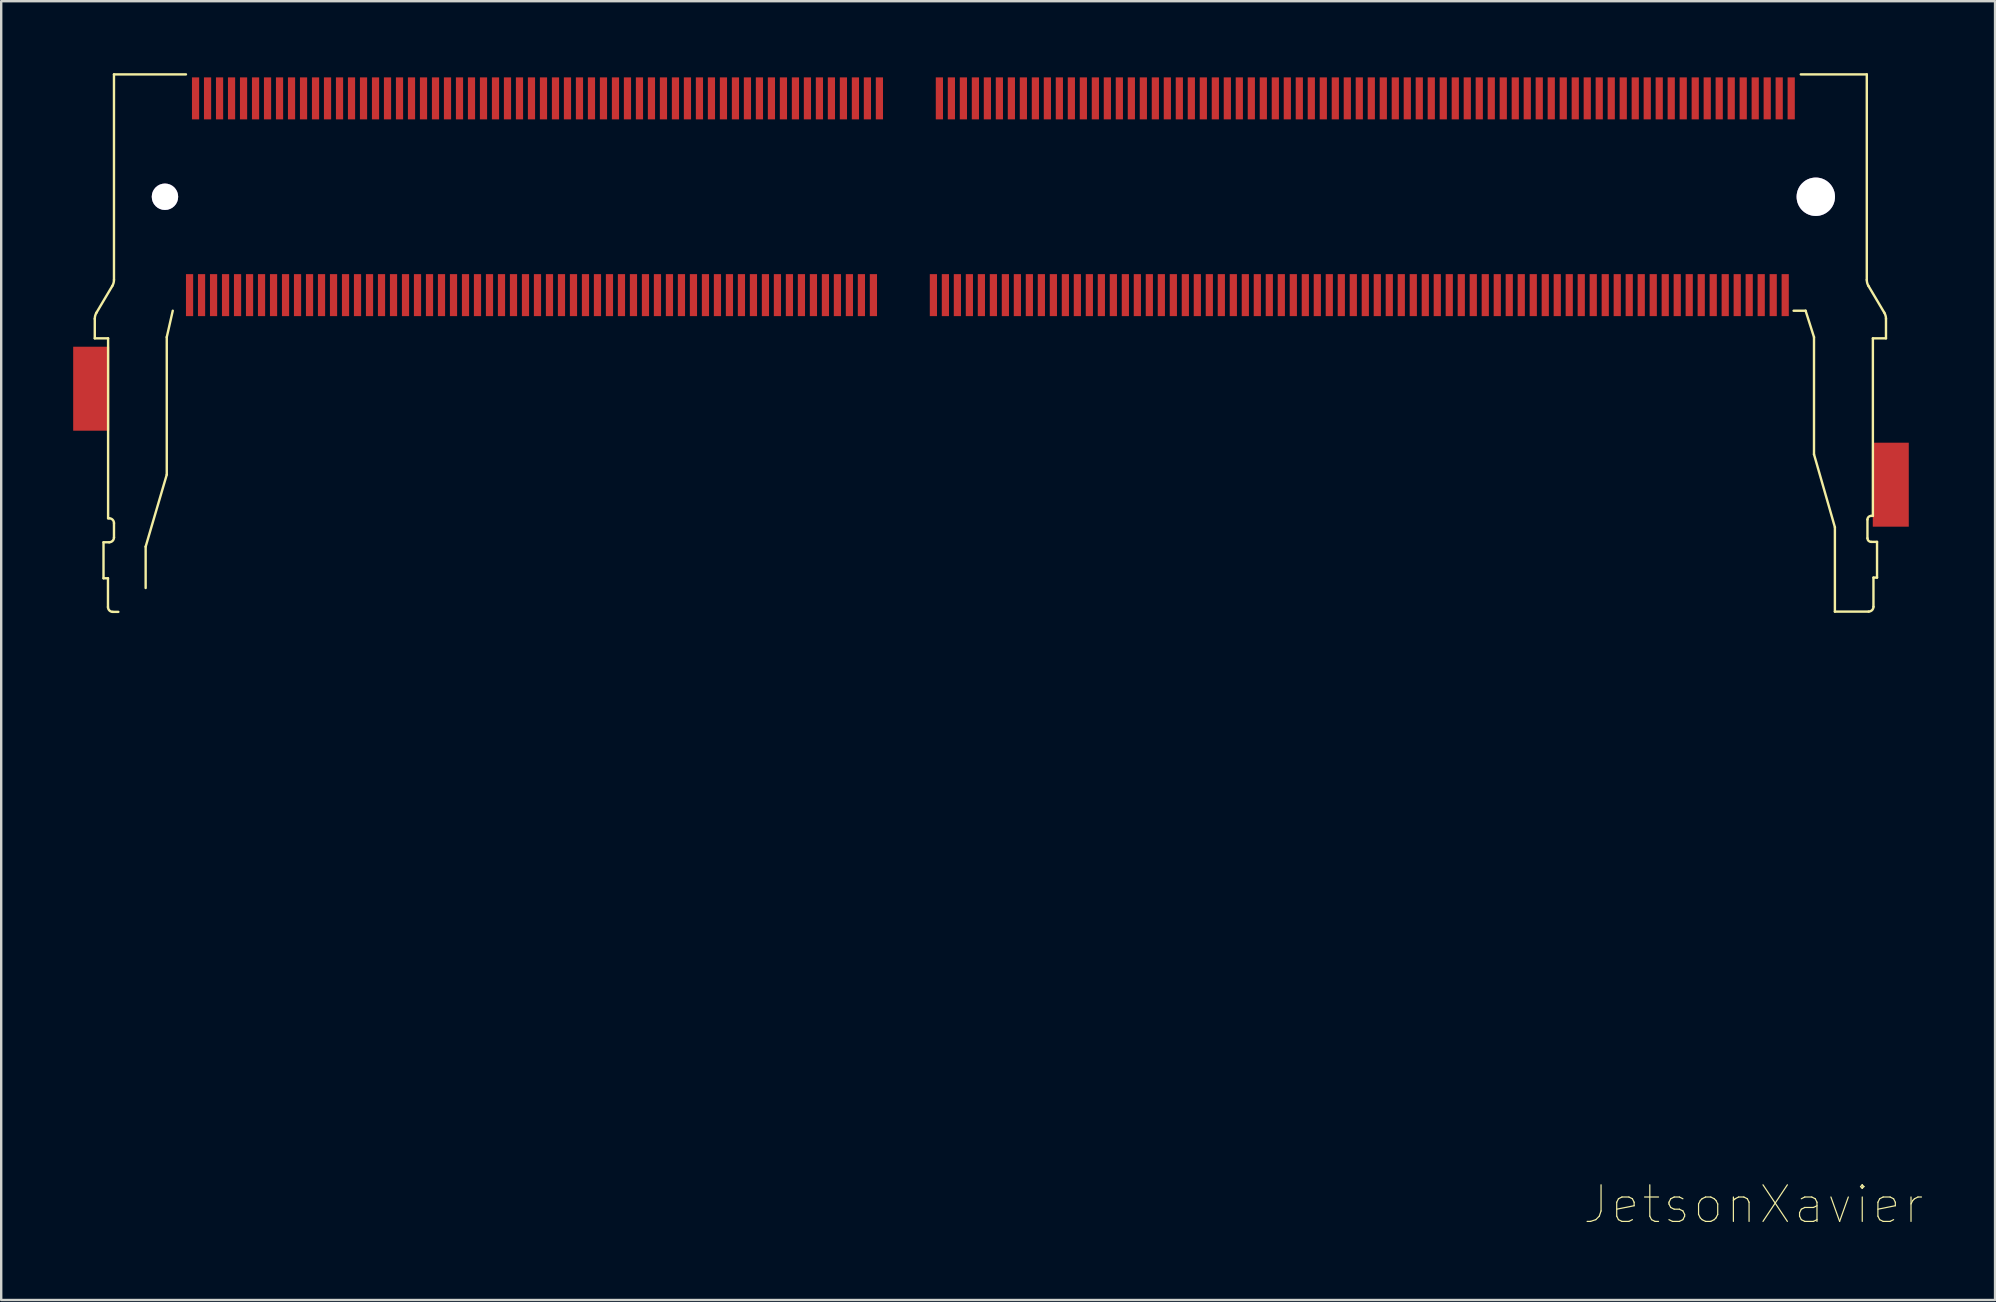
<source format=kicad_pcb>
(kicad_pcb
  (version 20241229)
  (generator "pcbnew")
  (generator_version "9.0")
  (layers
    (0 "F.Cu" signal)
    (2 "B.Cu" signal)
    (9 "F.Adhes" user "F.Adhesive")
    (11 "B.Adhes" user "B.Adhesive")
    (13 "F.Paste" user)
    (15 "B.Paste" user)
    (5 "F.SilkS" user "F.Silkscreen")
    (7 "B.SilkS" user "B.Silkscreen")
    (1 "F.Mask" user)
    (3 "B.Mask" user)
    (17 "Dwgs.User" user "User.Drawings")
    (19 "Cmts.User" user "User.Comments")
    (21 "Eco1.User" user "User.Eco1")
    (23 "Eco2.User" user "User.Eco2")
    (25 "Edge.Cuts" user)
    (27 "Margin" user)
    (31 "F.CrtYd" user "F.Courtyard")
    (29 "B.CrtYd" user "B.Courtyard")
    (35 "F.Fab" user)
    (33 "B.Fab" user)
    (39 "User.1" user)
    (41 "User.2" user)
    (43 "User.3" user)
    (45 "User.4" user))
  (footprint "JetsonXavier"
    (layer "F.Cu")
    (at 70.025 47.15)
    (property "Reference" "JetsonXavier" (at 0 0 0) (layer "F.SilkS") (effects (font (size 1.524 1.524) (thickness 0.05))))
    (attr smd)
    (fp_line (start -69.125 -36.1) (end -69.125 -36.913) (stroke (width 0.1) (type solid)) (layer "F.SilkS"))
    (fp_line (start -69.125 -36.1) (end -68.57 -36.1) (stroke (width 0.1) (type solid)) (layer "F.SilkS"))
    (fp_line (start -69.055 -37.168) (end -68.395 -38.282) (stroke (width 0.1) (type solid)) (layer "F.SilkS"))
    (fp_line (start -68.761 -27.6) (end -68.525 -27.6) (stroke (width 0.1) (type solid)) (layer "F.SilkS"))
    (fp_line (start -68.761 -26.1) (end -68.761 -27.6) (stroke (width 0.1) (type solid)) (layer "F.SilkS"))
    (fp_line (start -68.761 -26.1) (end -68.575 -26.1) (stroke (width 0.1) (type solid)) (layer "F.SilkS"))
    (fp_line (start -68.575 -24.9) (end -68.575 -26.1) (stroke (width 0.1) (type solid)) (layer "F.SilkS"))
    (fp_line (start -68.57 -28.6) (end -68.57 -36.1) (stroke (width 0.1) (type solid)) (layer "F.SilkS"))
    (fp_line (start -68.57 -28.6) (end -68.525 -28.6) (stroke (width 0.1) (type solid)) (layer "F.SilkS"))
    (fp_line (start -68.375 -24.7) (end -68.143 -24.7) (stroke (width 0.1) (type solid)) (layer "F.SilkS"))
    (fp_line (start -68.325 -47.1) (end -65.325 -47.1) (stroke (width 0.1) (type solid)) (layer "F.SilkS"))
    (fp_line (start -68.325 -38.537) (end -68.325 -47.1) (stroke (width 0.1) (type solid)) (layer "F.SilkS"))
    (fp_line (start -68.325 -27.8) (end -68.325 -28.4) (stroke (width 0.1) (type solid)) (layer "F.SilkS"))
    (fp_line (start -67.005 -27.418) (end -66.125 -30.418) (stroke (width 0.1) (type solid)) (layer "F.SilkS"))
    (fp_line (start -67.005 -25.695) (end -67.005 -27.418) (stroke (width 0.1) (type solid)) (layer "F.SilkS"))
    (fp_line (start -66.125 -36.15) (end -65.875 -37.25) (stroke (width 0.1) (type solid)) (layer "F.SilkS"))
    (fp_line (start -66.125 -30.418) (end -66.125 -36.15) (stroke (width 0.1) (type solid)) (layer "F.SilkS"))
    (fp_line (start 1.675 -37.25) (end 2.175 -37.25) (stroke (width 0.1) (type solid)) (layer "F.SilkS"))
    (fp_line (start 1.975 -47.1) (end 4.725 -47.1) (stroke (width 0.1) (type solid)) (layer "F.SilkS"))
    (fp_line (start 2.175 -37.25) (end 2.525 -36.15) (stroke (width 0.1) (type solid)) (layer "F.SilkS"))
    (fp_line (start 2.525 -31.266) (end 2.525 -36.15) (stroke (width 0.1) (type solid)) (layer "F.SilkS"))
    (fp_line (start 2.525 -31.266) (end 3.396 -28.228) (stroke (width 0.1) (type solid)) (layer "F.SilkS"))
    (fp_line (start 3.396 -24.71) (end 3.396 -28.228) (stroke (width 0.1) (type solid)) (layer "F.SilkS"))
    (fp_line (start 3.396 -24.71) (end 4.803 -24.71) (stroke (width 0.1) (type solid)) (layer "F.SilkS"))
    (fp_line (start 4.725 -38.537) (end 4.725 -47.1) (stroke (width 0.1) (type solid)) (layer "F.SilkS"))
    (fp_line (start 4.753 -27.767) (end 4.753 -28.55) (stroke (width 0.1) (type solid)) (layer "F.SilkS"))
    (fp_line (start 4.795 -38.282) (end 5.455 -37.168) (stroke (width 0.1) (type solid)) (layer "F.SilkS"))
    (fp_line (start 4.903 -28.7) (end 4.979 -28.7) (stroke (width 0.1) (type solid)) (layer "F.SilkS"))
    (fp_line (start 4.903 -27.617) (end 5.152 -27.617) (stroke (width 0.1) (type solid)) (layer "F.SilkS"))
    (fp_line (start 4.979 -36.1) (end 5.525 -36.1) (stroke (width 0.1) (type solid)) (layer "F.SilkS"))
    (fp_line (start 4.979 -28.7) (end 4.979 -36.1) (stroke (width 0.1) (type solid)) (layer "F.SilkS"))
    (fp_line (start 5.003 -26.128) (end 5.152 -26.128) (stroke (width 0.1) (type solid)) (layer "F.SilkS"))
    (fp_line (start 5.003 -24.913) (end 5.003 -26.128) (stroke (width 0.1) (type solid)) (layer "F.SilkS"))
    (fp_line (start 5.152 -26.128) (end 5.152 -27.617) (stroke (width 0.1) (type solid)) (layer "F.SilkS"))
    (fp_line (start 5.525 -36.1) (end 5.525 -36.913) (stroke (width 0.1) (type solid)) (layer "F.SilkS"))
    (fp_arc (start -69.125013 -36.912967) (mid -69.107234 -37.045118) (end -69.05516 -37.16787) (stroke (width 0.1) (type solid)) (layer "F.SilkS"))
    (fp_arc (start -68.52501 -28.59999) (mid -68.383589 -28.541411) (end -68.32501 -28.39999) (stroke (width 0.1) (type solid)) (layer "F.SilkS"))
    (fp_arc (start -68.375001 -24.69999) (mid -68.516422 -24.758569) (end -68.575 -24.89999) (stroke (width 0.1) (type solid)) (layer "F.SilkS"))
    (fp_arc (start -68.32501 -27.799989) (mid -68.383589 -27.658568) (end -68.52501 -27.59999) (stroke (width 0.1) (type solid)) (layer "F.SilkS"))
    (fp_arc (start -68.325007 -38.537023) (mid -68.342786 -38.404872) (end -68.39486 -38.28212) (stroke (width 0.1) (type solid)) (layer "F.SilkS"))
    (fp_arc (start 4.75312 -28.54999) (mid 4.797052 -28.656055) (end 4.90312 -28.69999) (stroke (width 0.1) (type solid)) (layer "F.SilkS"))
    (fp_arc (start 4.794884 -38.282119) (mid 4.742811 -38.40487) (end 4.72503 -38.53702) (stroke (width 0.1) (type solid)) (layer "F.SilkS"))
    (fp_arc (start 4.90312 -27.61665) (mid 4.797023 -27.660574) (end 4.75312 -27.76665) (stroke (width 0.1) (type solid)) (layer "F.SilkS"))
    (fp_arc (start 5.00312 -24.9129) (mid 4.944543 -24.771472) (end 4.80312 -24.7129) (stroke (width 0.1) (type solid)) (layer "F.SilkS"))
    (fp_arc (start 5.455176 -37.167871) (mid 5.50724 -37.045118) (end 5.52503 -36.91297) (stroke (width 0.1) (type solid)) (layer "F.SilkS"))
    (pad "" thru_hole circle (at -66.2 -42 180) (size 1.1 1.1) (drill 1.1) (layers "*.Cu" "*.Mask"))
    (pad "" thru_hole circle (at 2.6 -42 180) (size 1.6 1.6) (drill 1.6) (layers "*.Cu" "*.Mask"))
    (pad "1" smd rect (at 1.575 -46.1 180) (size 0.3 1.75) (layers "F.Cu" "F.Mask" "F.Paste"))
    (pad "2" smd rect (at 1.325 -37.9 180) (size 0.3 1.75) (layers "F.Cu" "F.Mask" "F.Paste"))
    (pad "3" smd rect (at 1.075 -46.1 180) (size 0.3 1.75) (layers "F.Cu" "F.Mask" "F.Paste"))
    (pad "4" smd rect (at 0.825 -37.9 180) (size 0.3 1.75) (layers "F.Cu" "F.Mask" "F.Paste"))
    (pad "5" smd rect (at 0.575 -46.1 180) (size 0.3 1.75) (layers "F.Cu" "F.Mask" "F.Paste"))
    (pad "6" smd rect (at 0.325 -37.9 180) (size 0.3 1.75) (layers "F.Cu" "F.Mask" "F.Paste"))
    (pad "7" smd rect (at 0.075 -46.1 180) (size 0.3 1.75) (layers "F.Cu" "F.Mask" "F.Paste"))
    (pad "8" smd rect (at -0.175 -37.9 180) (size 0.3 1.75) (layers "F.Cu" "F.Mask" "F.Paste"))
    (pad "9" smd rect (at -0.425 -46.1 180) (size 0.3 1.75) (layers "F.Cu" "F.Mask" "F.Paste"))
    (pad "10" smd rect (at -0.675 -37.9 180) (size 0.3 1.75) (layers "F.Cu" "F.Mask" "F.Paste"))
    (pad "11" smd rect (at -0.925 -46.1 180) (size 0.3 1.75) (layers "F.Cu" "F.Mask" "F.Paste"))
    (pad "12" smd rect (at -1.175 -37.9 180) (size 0.3 1.75) (layers "F.Cu" "F.Mask" "F.Paste"))
    (pad "13" smd rect (at -1.425 -46.1 180) (size 0.3 1.75) (layers "F.Cu" "F.Mask" "F.Paste"))
    (pad "14" smd rect (at -1.675 -37.9 180) (size 0.3 1.75) (layers "F.Cu" "F.Mask" "F.Paste"))
    (pad "15" smd rect (at -1.925 -46.1 180) (size 0.3 1.75) (layers "F.Cu" "F.Mask" "F.Paste"))
    (pad "16" smd rect (at -2.175 -37.9 180) (size 0.3 1.75) (layers "F.Cu" "F.Mask" "F.Paste"))
    (pad "17" smd rect (at -2.425 -46.1 180) (size 0.3 1.75) (layers "F.Cu" "F.Mask" "F.Paste"))
    (pad "18" smd rect (at -2.675 -37.9 180) (size 0.3 1.75) (layers "F.Cu" "F.Mask" "F.Paste"))
    (pad "19" smd rect (at -2.925 -46.1 180) (size 0.3 1.75) (layers "F.Cu" "F.Mask" "F.Paste"))
    (pad "20" smd rect (at -3.175 -37.9 180) (size 0.3 1.75) (layers "F.Cu" "F.Mask" "F.Paste"))
    (pad "21" smd rect (at -3.425 -46.1 180) (size 0.3 1.75) (layers "F.Cu" "F.Mask" "F.Paste"))
    (pad "22" smd rect (at -3.675 -37.9 180) (size 0.3 1.75) (layers "F.Cu" "F.Mask" "F.Paste"))
    (pad "23" smd rect (at -3.925 -46.1 180) (size 0.3 1.75) (layers "F.Cu" "F.Mask" "F.Paste"))
    (pad "24" smd rect (at -4.175 -37.9 180) (size 0.3 1.75) (layers "F.Cu" "F.Mask" "F.Paste"))
    (pad "25" smd rect (at -4.425 -46.1 180) (size 0.3 1.75) (layers "F.Cu" "F.Mask" "F.Paste"))
    (pad "26" smd rect (at -4.675 -37.9 180) (size 0.3 1.75) (layers "F.Cu" "F.Mask" "F.Paste"))
    (pad "27" smd rect (at -4.925 -46.1 180) (size 0.3 1.75) (layers "F.Cu" "F.Mask" "F.Paste"))
    (pad "28" smd rect (at -5.175 -37.9 180) (size 0.3 1.75) (layers "F.Cu" "F.Mask" "F.Paste"))
    (pad "29" smd rect (at -5.425 -46.1 180) (size 0.3 1.75) (layers "F.Cu" "F.Mask" "F.Paste"))
    (pad "30" smd rect (at -5.675 -37.9 180) (size 0.3 1.75) (layers "F.Cu" "F.Mask" "F.Paste"))
    (pad "31" smd rect (at -5.925 -46.1 180) (size 0.3 1.75) (layers "F.Cu" "F.Mask" "F.Paste"))
    (pad "32" smd rect (at -6.175 -37.9 180) (size 0.3 1.75) (layers "F.Cu" "F.Mask" "F.Paste"))
    (pad "33" smd rect (at -6.425 -46.1 180) (size 0.3 1.75) (layers "F.Cu" "F.Mask" "F.Paste"))
    (pad "34" smd rect (at -6.675 -37.9 180) (size 0.3 1.75) (layers "F.Cu" "F.Mask" "F.Paste"))
    (pad "35" smd rect (at -6.925 -46.1 180) (size 0.3 1.75) (layers "F.Cu" "F.Mask" "F.Paste"))
    (pad "36" smd rect (at -7.175 -37.9 180) (size 0.3 1.75) (layers "F.Cu" "F.Mask" "F.Paste"))
    (pad "37" smd rect (at -7.425 -46.1 180) (size 0.3 1.75) (layers "F.Cu" "F.Mask" "F.Paste"))
    (pad "38" smd rect (at -7.675 -37.9 180) (size 0.3 1.75) (layers "F.Cu" "F.Mask" "F.Paste"))
    (pad "39" smd rect (at -7.925 -46.1 180) (size 0.3 1.75) (layers "F.Cu" "F.Mask" "F.Paste"))
    (pad "40" smd rect (at -8.175 -37.9 180) (size 0.3 1.75) (layers "F.Cu" "F.Mask" "F.Paste"))
    (pad "41" smd rect (at -8.425 -46.1 180) (size 0.3 1.75) (layers "F.Cu" "F.Mask" "F.Paste"))
    (pad "42" smd rect (at -8.675 -37.9 180) (size 0.3 1.75) (layers "F.Cu" "F.Mask" "F.Paste"))
    (pad "43" smd rect (at -8.925 -46.1 180) (size 0.3 1.75) (layers "F.Cu" "F.Mask" "F.Paste"))
    (pad "44" smd rect (at -9.175 -37.9 180) (size 0.3 1.75) (layers "F.Cu" "F.Mask" "F.Paste"))
    (pad "45" smd rect (at -9.425 -46.1 180) (size 0.3 1.75) (layers "F.Cu" "F.Mask" "F.Paste"))
    (pad "46" smd rect (at -9.675 -37.9 180) (size 0.3 1.75) (layers "F.Cu" "F.Mask" "F.Paste"))
    (pad "47" smd rect (at -9.925 -46.1 180) (size 0.3 1.75) (layers "F.Cu" "F.Mask" "F.Paste"))
    (pad "48" smd rect (at -10.175 -37.9 180) (size 0.3 1.75) (layers "F.Cu" "F.Mask" "F.Paste"))
    (pad "49" smd rect (at -10.425 -46.1 180) (size 0.3 1.75) (layers "F.Cu" "F.Mask" "F.Paste"))
    (pad "50" smd rect (at -10.675 -37.9 180) (size 0.3 1.75) (layers "F.Cu" "F.Mask" "F.Paste"))
    (pad "51" smd rect (at -10.925 -46.1 180) (size 0.3 1.75) (layers "F.Cu" "F.Mask" "F.Paste"))
    (pad "52" smd rect (at -11.175 -37.9 180) (size 0.3 1.75) (layers "F.Cu" "F.Mask" "F.Paste"))
    (pad "53" smd rect (at -11.425 -46.1 180) (size 0.3 1.75) (layers "F.Cu" "F.Mask" "F.Paste"))
    (pad "54" smd rect (at -11.675 -37.9 180) (size 0.3 1.75) (layers "F.Cu" "F.Mask" "F.Paste"))
    (pad "55" smd rect (at -11.925 -46.1 180) (size 0.3 1.75) (layers "F.Cu" "F.Mask" "F.Paste"))
    (pad "56" smd rect (at -12.175 -37.9 180) (size 0.3 1.75) (layers "F.Cu" "F.Mask" "F.Paste"))
    (pad "57" smd rect (at -12.425 -46.1 180) (size 0.3 1.75) (layers "F.Cu" "F.Mask" "F.Paste"))
    (pad "58" smd rect (at -12.675 -37.9 180) (size 0.3 1.75) (layers "F.Cu" "F.Mask" "F.Paste"))
    (pad "59" smd rect (at -12.925 -46.1 180) (size 0.3 1.75) (layers "F.Cu" "F.Mask" "F.Paste"))
    (pad "60" smd rect (at -13.175 -37.9 180) (size 0.3 1.75) (layers "F.Cu" "F.Mask" "F.Paste"))
    (pad "61" smd rect (at -13.425 -46.1 180) (size 0.3 1.75) (layers "F.Cu" "F.Mask" "F.Paste"))
    (pad "62" smd rect (at -13.675 -37.9 180) (size 0.3 1.75) (layers "F.Cu" "F.Mask" "F.Paste"))
    (pad "63" smd rect (at -13.925 -46.1 180) (size 0.3 1.75) (layers "F.Cu" "F.Mask" "F.Paste"))
    (pad "64" smd rect (at -14.175 -37.9 180) (size 0.3 1.75) (layers "F.Cu" "F.Mask" "F.Paste"))
    (pad "65" smd rect (at -14.425 -46.1 180) (size 0.3 1.75) (layers "F.Cu" "F.Mask" "F.Paste"))
    (pad "66" smd rect (at -14.675 -37.9 180) (size 0.3 1.75) (layers "F.Cu" "F.Mask" "F.Paste"))
    (pad "67" smd rect (at -14.925 -46.1 180) (size 0.3 1.75) (layers "F.Cu" "F.Mask" "F.Paste"))
    (pad "68" smd rect (at -15.175 -37.9 180) (size 0.3 1.75) (layers "F.Cu" "F.Mask" "F.Paste"))
    (pad "69" smd rect (at -15.425 -46.1 180) (size 0.3 1.75) (layers "F.Cu" "F.Mask" "F.Paste"))
    (pad "70" smd rect (at -15.675 -37.9 180) (size 0.3 1.75) (layers "F.Cu" "F.Mask" "F.Paste"))
    (pad "71" smd rect (at -15.925 -46.1 180) (size 0.3 1.75) (layers "F.Cu" "F.Mask" "F.Paste"))
    (pad "72" smd rect (at -16.175 -37.9 180) (size 0.3 1.75) (layers "F.Cu" "F.Mask" "F.Paste"))
    (pad "73" smd rect (at -16.425 -46.1 180) (size 0.3 1.75) (layers "F.Cu" "F.Mask" "F.Paste"))
    (pad "74" smd rect (at -16.675 -37.9 180) (size 0.3 1.75) (layers "F.Cu" "F.Mask" "F.Paste"))
    (pad "75" smd rect (at -16.925 -46.1 180) (size 0.3 1.75) (layers "F.Cu" "F.Mask" "F.Paste"))
    (pad "76" smd rect (at -17.175 -37.9 180) (size 0.3 1.75) (layers "F.Cu" "F.Mask" "F.Paste"))
    (pad "77" smd rect (at -17.425 -46.1 180) (size 0.3 1.75) (layers "F.Cu" "F.Mask" "F.Paste"))
    (pad "78" smd rect (at -17.675 -37.9 180) (size 0.3 1.75) (layers "F.Cu" "F.Mask" "F.Paste"))
    (pad "79" smd rect (at -17.925 -46.1 180) (size 0.3 1.75) (layers "F.Cu" "F.Mask" "F.Paste"))
    (pad "80" smd rect (at -18.175 -37.9 180) (size 0.3 1.75) (layers "F.Cu" "F.Mask" "F.Paste"))
    (pad "81" smd rect (at -18.425 -46.1 180) (size 0.3 1.75) (layers "F.Cu" "F.Mask" "F.Paste"))
    (pad "82" smd rect (at -18.675 -37.9 180) (size 0.3 1.75) (layers "F.Cu" "F.Mask" "F.Paste"))
    (pad "83" smd rect (at -18.925 -46.1 180) (size 0.3 1.75) (layers "F.Cu" "F.Mask" "F.Paste"))
    (pad "84" smd rect (at -19.175 -37.9 180) (size 0.3 1.75) (layers "F.Cu" "F.Mask" "F.Paste"))
    (pad "85" smd rect (at -19.425 -46.1 180) (size 0.3 1.75) (layers "F.Cu" "F.Mask" "F.Paste"))
    (pad "86" smd rect (at -19.675 -37.9 180) (size 0.3 1.75) (layers "F.Cu" "F.Mask" "F.Paste"))
    (pad "87" smd rect (at -19.925 -46.1 180) (size 0.3 1.75) (layers "F.Cu" "F.Mask" "F.Paste"))
    (pad "88" smd rect (at -20.175 -37.9 180) (size 0.3 1.75) (layers "F.Cu" "F.Mask" "F.Paste"))
    (pad "89" smd rect (at -20.425 -46.1 180) (size 0.3 1.75) (layers "F.Cu" "F.Mask" "F.Paste"))
    (pad "90" smd rect (at -20.675 -37.9 180) (size 0.3 1.75) (layers "F.Cu" "F.Mask" "F.Paste"))
    (pad "91" smd rect (at -20.925 -46.1 180) (size 0.3 1.75) (layers "F.Cu" "F.Mask" "F.Paste"))
    (pad "92" smd rect (at -21.175 -37.9 180) (size 0.3 1.75) (layers "F.Cu" "F.Mask" "F.Paste"))
    (pad "93" smd rect (at -21.425 -46.1 180) (size 0.3 1.75) (layers "F.Cu" "F.Mask" "F.Paste"))
    (pad "94" smd rect (at -21.675 -37.9 180) (size 0.3 1.75) (layers "F.Cu" "F.Mask" "F.Paste"))
    (pad "95" smd rect (at -21.925 -46.1 180) (size 0.3 1.75) (layers "F.Cu" "F.Mask" "F.Paste"))
    (pad "96" smd rect (at -22.175 -37.9 180) (size 0.3 1.75) (layers "F.Cu" "F.Mask" "F.Paste"))
    (pad "97" smd rect (at -22.425 -46.1 180) (size 0.3 1.75) (layers "F.Cu" "F.Mask" "F.Paste"))
    (pad "98" smd rect (at -22.675 -37.9 180) (size 0.3 1.75) (layers "F.Cu" "F.Mask" "F.Paste"))
    (pad "99" smd rect (at -22.925 -46.1 180) (size 0.3 1.75) (layers "F.Cu" "F.Mask" "F.Paste"))
    (pad "100" smd rect (at -23.175 -37.9 180) (size 0.3 1.75) (layers "F.Cu" "F.Mask" "F.Paste"))
    (pad "101" smd rect (at -23.425 -46.1 180) (size 0.3 1.75) (layers "F.Cu" "F.Mask" "F.Paste"))
    (pad "102" smd rect (at -23.675 -37.9 180) (size 0.3 1.75) (layers "F.Cu" "F.Mask" "F.Paste"))
    (pad "103" smd rect (at -23.925 -46.1 180) (size 0.3 1.75) (layers "F.Cu" "F.Mask" "F.Paste"))
    (pad "104" smd rect (at -24.175 -37.9 180) (size 0.3 1.75) (layers "F.Cu" "F.Mask" "F.Paste"))
    (pad "105" smd rect (at -24.425 -46.1 180) (size 0.3 1.75) (layers "F.Cu" "F.Mask" "F.Paste"))
    (pad "106" smd rect (at -24.675 -37.9 180) (size 0.3 1.75) (layers "F.Cu" "F.Mask" "F.Paste"))
    (pad "107" smd rect (at -24.925 -46.1 180) (size 0.3 1.75) (layers "F.Cu" "F.Mask" "F.Paste"))
    (pad "108" smd rect (at -25.175 -37.9 180) (size 0.3 1.75) (layers "F.Cu" "F.Mask" "F.Paste"))
    (pad "109" smd rect (at -25.425 -46.1 180) (size 0.3 1.75) (layers "F.Cu" "F.Mask" "F.Paste"))
    (pad "110" smd rect (at -25.675 -37.9 180) (size 0.3 1.75) (layers "F.Cu" "F.Mask" "F.Paste"))
    (pad "111" smd rect (at -25.925 -46.1 180) (size 0.3 1.75) (layers "F.Cu" "F.Mask" "F.Paste"))
    (pad "112" smd rect (at -26.175 -37.9 180) (size 0.3 1.75) (layers "F.Cu" "F.Mask" "F.Paste"))
    (pad "113" smd rect (at -26.425 -46.1 180) (size 0.3 1.75) (layers "F.Cu" "F.Mask" "F.Paste"))
    (pad "114" smd rect (at -26.675 -37.9 180) (size 0.3 1.75) (layers "F.Cu" "F.Mask" "F.Paste"))
    (pad "115" smd rect (at -26.925 -46.1 180) (size 0.3 1.75) (layers "F.Cu" "F.Mask" "F.Paste"))
    (pad "116" smd rect (at -27.175 -37.9 180) (size 0.3 1.75) (layers "F.Cu" "F.Mask" "F.Paste"))
    (pad "117" smd rect (at -27.425 -46.1 180) (size 0.3 1.75) (layers "F.Cu" "F.Mask" "F.Paste"))
    (pad "118" smd rect (at -27.675 -37.9 180) (size 0.3 1.75) (layers "F.Cu" "F.Mask" "F.Paste"))
    (pad "119" smd rect (at -27.925 -46.1 180) (size 0.3 1.75) (layers "F.Cu" "F.Mask" "F.Paste"))
    (pad "120" smd rect (at -28.175 -37.9 180) (size 0.3 1.75) (layers "F.Cu" "F.Mask" "F.Paste"))
    (pad "121" smd rect (at -28.425 -46.1 180) (size 0.3 1.75) (layers "F.Cu" "F.Mask" "F.Paste"))
    (pad "122" smd rect (at -28.675 -37.9 180) (size 0.3 1.75) (layers "F.Cu" "F.Mask" "F.Paste"))
    (pad "123" smd rect (at -28.925 -46.1 180) (size 0.3 1.75) (layers "F.Cu" "F.Mask" "F.Paste"))
    (pad "124" smd rect (at -29.175 -37.9 180) (size 0.3 1.75) (layers "F.Cu" "F.Mask" "F.Paste"))
    (pad "125" smd rect (at -29.425 -46.1 180) (size 0.3 1.75) (layers "F.Cu" "F.Mask" "F.Paste"))
    (pad "126" smd rect (at -29.675 -37.9 180) (size 0.3 1.75) (layers "F.Cu" "F.Mask" "F.Paste"))
    (pad "127" smd rect (at -29.925 -46.1 180) (size 0.3 1.75) (layers "F.Cu" "F.Mask" "F.Paste"))
    (pad "128" smd rect (at -30.175 -37.9 180) (size 0.3 1.75) (layers "F.Cu" "F.Mask" "F.Paste"))
    (pad "129" smd rect (at -30.425 -46.1 180) (size 0.3 1.75) (layers "F.Cu" "F.Mask" "F.Paste"))
    (pad "130" smd rect (at -30.675 -37.9 180) (size 0.3 1.75) (layers "F.Cu" "F.Mask" "F.Paste"))
    (pad "131" smd rect (at -30.925 -46.1 180) (size 0.3 1.75) (layers "F.Cu" "F.Mask" "F.Paste"))
    (pad "132" smd rect (at -31.175 -37.9 180) (size 0.3 1.75) (layers "F.Cu" "F.Mask" "F.Paste"))
    (pad "133" smd rect (at -31.425 -46.1 180) (size 0.3 1.75) (layers "F.Cu" "F.Mask" "F.Paste"))
    (pad "134" smd rect (at -31.675 -37.9 180) (size 0.3 1.75) (layers "F.Cu" "F.Mask" "F.Paste"))
    (pad "135" smd rect (at -31.925 -46.1 180) (size 0.3 1.75) (layers "F.Cu" "F.Mask" "F.Paste"))
    (pad "136" smd rect (at -32.175 -37.9 180) (size 0.3 1.75) (layers "F.Cu" "F.Mask" "F.Paste"))
    (pad "137" smd rect (at -32.425 -46.1 180) (size 0.3 1.75) (layers "F.Cu" "F.Mask" "F.Paste"))
    (pad "138" smd rect (at -32.675 -37.9 180) (size 0.3 1.75) (layers "F.Cu" "F.Mask" "F.Paste"))
    (pad "139" smd rect (at -32.925 -46.1 180) (size 0.3 1.75) (layers "F.Cu" "F.Mask" "F.Paste"))
    (pad "140" smd rect (at -33.175 -37.9 180) (size 0.3 1.75) (layers "F.Cu" "F.Mask" "F.Paste"))
    (pad "141" smd rect (at -33.425 -46.1 180) (size 0.3 1.75) (layers "F.Cu" "F.Mask" "F.Paste"))
    (pad "142" smd rect (at -33.675 -37.9 180) (size 0.3 1.75) (layers "F.Cu" "F.Mask" "F.Paste"))
    (pad "143" smd rect (at -33.925 -46.1 180) (size 0.3 1.75) (layers "F.Cu" "F.Mask" "F.Paste"))
    (pad "144" smd rect (at -34.175 -37.9 180) (size 0.3 1.75) (layers "F.Cu" "F.Mask" "F.Paste"))
    (pad "145" smd rect (at -36.425 -46.1 180) (size 0.3 1.75) (layers "F.Cu" "F.Mask" "F.Paste"))
    (pad "146" smd rect (at -36.675 -37.9 180) (size 0.3 1.75) (layers "F.Cu" "F.Mask" "F.Paste"))
    (pad "147" smd rect (at -36.925 -46.1 180) (size 0.3 1.75) (layers "F.Cu" "F.Mask" "F.Paste"))
    (pad "148" smd rect (at -37.175 -37.9 180) (size 0.3 1.75) (layers "F.Cu" "F.Mask" "F.Paste"))
    (pad "149" smd rect (at -37.425 -46.1 180) (size 0.3 1.75) (layers "F.Cu" "F.Mask" "F.Paste"))
    (pad "150" smd rect (at -37.675 -37.9 180) (size 0.3 1.75) (layers "F.Cu" "F.Mask" "F.Paste"))
    (pad "151" smd rect (at -37.925 -46.1 180) (size 0.3 1.75) (layers "F.Cu" "F.Mask" "F.Paste"))
    (pad "152" smd rect (at -38.175 -37.9 180) (size 0.3 1.75) (layers "F.Cu" "F.Mask" "F.Paste"))
    (pad "153" smd rect (at -38.425 -46.1 180) (size 0.3 1.75) (layers "F.Cu" "F.Mask" "F.Paste"))
    (pad "154" smd rect (at -38.675 -37.9 180) (size 0.3 1.75) (layers "F.Cu" "F.Mask" "F.Paste"))
    (pad "155" smd rect (at -38.925 -46.1 180) (size 0.3 1.75) (layers "F.Cu" "F.Mask" "F.Paste"))
    (pad "156" smd rect (at -39.175 -37.9 180) (size 0.3 1.75) (layers "F.Cu" "F.Mask" "F.Paste"))
    (pad "157" smd rect (at -39.425 -46.1 180) (size 0.3 1.75) (layers "F.Cu" "F.Mask" "F.Paste"))
    (pad "158" smd rect (at -39.675 -37.9 180) (size 0.3 1.75) (layers "F.Cu" "F.Mask" "F.Paste"))
    (pad "159" smd rect (at -39.925 -46.1 180) (size 0.3 1.75) (layers "F.Cu" "F.Mask" "F.Paste"))
    (pad "160" smd rect (at -40.175 -37.9 180) (size 0.3 1.75) (layers "F.Cu" "F.Mask" "F.Paste"))
    (pad "161" smd rect (at -40.425 -46.1 180) (size 0.3 1.75) (layers "F.Cu" "F.Mask" "F.Paste"))
    (pad "162" smd rect (at -40.675 -37.9 180) (size 0.3 1.75) (layers "F.Cu" "F.Mask" "F.Paste"))
    (pad "163" smd rect (at -40.925 -46.1 180) (size 0.3 1.75) (layers "F.Cu" "F.Mask" "F.Paste"))
    (pad "164" smd rect (at -41.175 -37.9 180) (size 0.3 1.75) (layers "F.Cu" "F.Mask" "F.Paste"))
    (pad "165" smd rect (at -41.425 -46.1 180) (size 0.3 1.75) (layers "F.Cu" "F.Mask" "F.Paste"))
    (pad "166" smd rect (at -41.675 -37.9 180) (size 0.3 1.75) (layers "F.Cu" "F.Mask" "F.Paste"))
    (pad "167" smd rect (at -41.925 -46.1 180) (size 0.3 1.75) (layers "F.Cu" "F.Mask" "F.Paste"))
    (pad "168" smd rect (at -42.175 -37.9 180) (size 0.3 1.75) (layers "F.Cu" "F.Mask" "F.Paste"))
    (pad "169" smd rect (at -42.425 -46.1 180) (size 0.3 1.75) (layers "F.Cu" "F.Mask" "F.Paste"))
    (pad "170" smd rect (at -42.675 -37.9 180) (size 0.3 1.75) (layers "F.Cu" "F.Mask" "F.Paste"))
    (pad "171" smd rect (at -42.925 -46.1 180) (size 0.3 1.75) (layers "F.Cu" "F.Mask" "F.Paste"))
    (pad "172" smd rect (at -43.175 -37.9 180) (size 0.3 1.75) (layers "F.Cu" "F.Mask" "F.Paste"))
    (pad "173" smd rect (at -43.425 -46.1 180) (size 0.3 1.75) (layers "F.Cu" "F.Mask" "F.Paste"))
    (pad "174" smd rect (at -43.675 -37.9 180) (size 0.3 1.75) (layers "F.Cu" "F.Mask" "F.Paste"))
    (pad "175" smd rect (at -43.925 -46.1 180) (size 0.3 1.75) (layers "F.Cu" "F.Mask" "F.Paste"))
    (pad "176" smd rect (at -44.175 -37.9 180) (size 0.3 1.75) (layers "F.Cu" "F.Mask" "F.Paste"))
    (pad "177" smd rect (at -44.425 -46.1 180) (size 0.3 1.75) (layers "F.Cu" "F.Mask" "F.Paste"))
    (pad "178" smd rect (at -44.675 -37.9 180) (size 0.3 1.75) (layers "F.Cu" "F.Mask" "F.Paste"))
    (pad "179" smd rect (at -44.925 -46.1 180) (size 0.3 1.75) (layers "F.Cu" "F.Mask" "F.Paste"))
    (pad "180" smd rect (at -45.175 -37.9 180) (size 0.3 1.75) (layers "F.Cu" "F.Mask" "F.Paste"))
    (pad "181" smd rect (at -45.425 -46.1 180) (size 0.3 1.75) (layers "F.Cu" "F.Mask" "F.Paste"))
    (pad "182" smd rect (at -45.675 -37.9 180) (size 0.3 1.75) (layers "F.Cu" "F.Mask" "F.Paste"))
    (pad "183" smd rect (at -45.925 -46.1 180) (size 0.3 1.75) (layers "F.Cu" "F.Mask" "F.Paste"))
    (pad "184" smd rect (at -46.175 -37.9 180) (size 0.3 1.75) (layers "F.Cu" "F.Mask" "F.Paste"))
    (pad "185" smd rect (at -46.425 -46.1 180) (size 0.3 1.75) (layers "F.Cu" "F.Mask" "F.Paste"))
    (pad "186" smd rect (at -46.675 -37.9 180) (size 0.3 1.75) (layers "F.Cu" "F.Mask" "F.Paste"))
    (pad "187" smd rect (at -46.925 -46.1 180) (size 0.3 1.75) (layers "F.Cu" "F.Mask" "F.Paste"))
    (pad "188" smd rect (at -47.175 -37.9 180) (size 0.3 1.75) (layers "F.Cu" "F.Mask" "F.Paste"))
    (pad "189" smd rect (at -47.425 -46.1 180) (size 0.3 1.75) (layers "F.Cu" "F.Mask" "F.Paste"))
    (pad "190" smd rect (at -47.675 -37.9 180) (size 0.3 1.75) (layers "F.Cu" "F.Mask" "F.Paste"))
    (pad "191" smd rect (at -47.925 -46.1 180) (size 0.3 1.75) (layers "F.Cu" "F.Mask" "F.Paste"))
    (pad "192" smd rect (at -48.175 -37.9 180) (size 0.3 1.75) (layers "F.Cu" "F.Mask" "F.Paste"))
    (pad "193" smd rect (at -48.425 -46.1 180) (size 0.3 1.75) (layers "F.Cu" "F.Mask" "F.Paste"))
    (pad "194" smd rect (at -48.675 -37.9 180) (size 0.3 1.75) (layers "F.Cu" "F.Mask" "F.Paste"))
    (pad "195" smd rect (at -48.925 -46.1 180) (size 0.3 1.75) (layers "F.Cu" "F.Mask" "F.Paste"))
    (pad "196" smd rect (at -49.175 -37.9 180) (size 0.3 1.75) (layers "F.Cu" "F.Mask" "F.Paste"))
    (pad "197" smd rect (at -49.425 -46.1 180) (size 0.3 1.75) (layers "F.Cu" "F.Mask" "F.Paste"))
    (pad "198" smd rect (at -49.675 -37.9 180) (size 0.3 1.75) (layers "F.Cu" "F.Mask" "F.Paste"))
    (pad "199" smd rect (at -49.925 -46.1 180) (size 0.3 1.75) (layers "F.Cu" "F.Mask" "F.Paste"))
    (pad "200" smd rect (at -50.175 -37.9 180) (size 0.3 1.75) (layers "F.Cu" "F.Mask" "F.Paste"))
    (pad "201" smd rect (at -50.425 -46.1 180) (size 0.3 1.75) (layers "F.Cu" "F.Mask" "F.Paste"))
    (pad "202" smd rect (at -50.675 -37.9 180) (size 0.3 1.75) (layers "F.Cu" "F.Mask" "F.Paste"))
    (pad "203" smd rect (at -50.925 -46.1 180) (size 0.3 1.75) (layers "F.Cu" "F.Mask" "F.Paste"))
    (pad "204" smd rect (at -51.175 -37.9 180) (size 0.3 1.75) (layers "F.Cu" "F.Mask" "F.Paste"))
    (pad "205" smd rect (at -51.425 -46.1 180) (size 0.3 1.75) (layers "F.Cu" "F.Mask" "F.Paste"))
    (pad "206" smd rect (at -51.675 -37.9 180) (size 0.3 1.75) (layers "F.Cu" "F.Mask" "F.Paste"))
    (pad "207" smd rect (at -51.925 -46.1 180) (size 0.3 1.75) (layers "F.Cu" "F.Mask" "F.Paste"))
    (pad "208" smd rect (at -52.175 -37.9 180) (size 0.3 1.75) (layers "F.Cu" "F.Mask" "F.Paste"))
    (pad "209" smd rect (at -52.425 -46.1 180) (size 0.3 1.75) (layers "F.Cu" "F.Mask" "F.Paste"))
    (pad "210" smd rect (at -52.675 -37.9 180) (size 0.3 1.75) (layers "F.Cu" "F.Mask" "F.Paste"))
    (pad "211" smd rect (at -52.925 -46.1 180) (size 0.3 1.75) (layers "F.Cu" "F.Mask" "F.Paste"))
    (pad "212" smd rect (at -53.175 -37.9 180) (size 0.3 1.75) (layers "F.Cu" "F.Mask" "F.Paste"))
    (pad "213" smd rect (at -53.425 -46.1 180) (size 0.3 1.75) (layers "F.Cu" "F.Mask" "F.Paste"))
    (pad "214" smd rect (at -53.675 -37.9 180) (size 0.3 1.75) (layers "F.Cu" "F.Mask" "F.Paste"))
    (pad "215" smd rect (at -53.925 -46.1 180) (size 0.3 1.75) (layers "F.Cu" "F.Mask" "F.Paste"))
    (pad "216" smd rect (at -54.175 -37.9 180) (size 0.3 1.75) (layers "F.Cu" "F.Mask" "F.Paste"))
    (pad "217" smd rect (at -54.425 -46.1 180) (size 0.3 1.75) (layers "F.Cu" "F.Mask" "F.Paste"))
    (pad "218" smd rect (at -54.675 -37.9 180) (size 0.3 1.75) (layers "F.Cu" "F.Mask" "F.Paste"))
    (pad "219" smd rect (at -54.925 -46.1 180) (size 0.3 1.75) (layers "F.Cu" "F.Mask" "F.Paste"))
    (pad "220" smd rect (at -55.175 -37.9 180) (size 0.3 1.75) (layers "F.Cu" "F.Mask" "F.Paste"))
    (pad "221" smd rect (at -55.425 -46.1 180) (size 0.3 1.75) (layers "F.Cu" "F.Mask" "F.Paste"))
    (pad "222" smd rect (at -55.675 -37.9 180) (size 0.3 1.75) (layers "F.Cu" "F.Mask" "F.Paste"))
    (pad "223" smd rect (at -55.925 -46.1 180) (size 0.3 1.75) (layers "F.Cu" "F.Mask" "F.Paste"))
    (pad "224" smd rect (at -56.175 -37.9 180) (size 0.3 1.75) (layers "F.Cu" "F.Mask" "F.Paste"))
    (pad "225" smd rect (at -56.425 -46.1 180) (size 0.3 1.75) (layers "F.Cu" "F.Mask" "F.Paste"))
    (pad "226" smd rect (at -56.675 -37.9 180) (size 0.3 1.75) (layers "F.Cu" "F.Mask" "F.Paste"))
    (pad "227" smd rect (at -56.925 -46.1 180) (size 0.3 1.75) (layers "F.Cu" "F.Mask" "F.Paste"))
    (pad "228" smd rect (at -57.175 -37.9 180) (size 0.3 1.75) (layers "F.Cu" "F.Mask" "F.Paste"))
    (pad "229" smd rect (at -57.425 -46.1 180) (size 0.3 1.75) (layers "F.Cu" "F.Mask" "F.Paste"))
    (pad "230" smd rect (at -57.675 -37.9 180) (size 0.3 1.75) (layers "F.Cu" "F.Mask" "F.Paste"))
    (pad "231" smd rect (at -57.925 -46.1 180) (size 0.3 1.75) (layers "F.Cu" "F.Mask" "F.Paste"))
    (pad "232" smd rect (at -58.175 -37.9 180) (size 0.3 1.75) (layers "F.Cu" "F.Mask" "F.Paste"))
    (pad "233" smd rect (at -58.425 -46.1 180) (size 0.3 1.75) (layers "F.Cu" "F.Mask" "F.Paste"))
    (pad "234" smd rect (at -58.675 -37.9 180) (size 0.3 1.75) (layers "F.Cu" "F.Mask" "F.Paste"))
    (pad "235" smd rect (at -58.925 -46.1 180) (size 0.3 1.75) (layers "F.Cu" "F.Mask" "F.Paste"))
    (pad "236" smd rect (at -59.175 -37.9 180) (size 0.3 1.75) (layers "F.Cu" "F.Mask" "F.Paste"))
    (pad "237" smd rect (at -59.425 -46.1 180) (size 0.3 1.75) (layers "F.Cu" "F.Mask" "F.Paste"))
    (pad "238" smd rect (at -59.675 -37.9 180) (size 0.3 1.75) (layers "F.Cu" "F.Mask" "F.Paste"))
    (pad "239" smd rect (at -59.925 -46.1 180) (size 0.3 1.75) (layers "F.Cu" "F.Mask" "F.Paste"))
    (pad "240" smd rect (at -60.175 -37.9 180) (size 0.3 1.75) (layers "F.Cu" "F.Mask" "F.Paste"))
    (pad "241" smd rect (at -60.425 -46.1 180) (size 0.3 1.75) (layers "F.Cu" "F.Mask" "F.Paste"))
    (pad "242" smd rect (at -60.675 -37.9 180) (size 0.3 1.75) (layers "F.Cu" "F.Mask" "F.Paste"))
    (pad "243" smd rect (at -60.925 -46.1 180) (size 0.3 1.75) (layers "F.Cu" "F.Mask" "F.Paste"))
    (pad "244" smd rect (at -61.175 -37.9 180) (size 0.3 1.75) (layers "F.Cu" "F.Mask" "F.Paste"))
    (pad "245" smd rect (at -61.425 -46.1 180) (size 0.3 1.75) (layers "F.Cu" "F.Mask" "F.Paste"))
    (pad "246" smd rect (at -61.675 -37.9 180) (size 0.3 1.75) (layers "F.Cu" "F.Mask" "F.Paste"))
    (pad "247" smd rect (at -61.925 -46.1 180) (size 0.3 1.75) (layers "F.Cu" "F.Mask" "F.Paste"))
    (pad "248" smd rect (at -62.175 -37.9 180) (size 0.3 1.75) (layers "F.Cu" "F.Mask" "F.Paste"))
    (pad "249" smd rect (at -62.425 -46.1 180) (size 0.3 1.75) (layers "F.Cu" "F.Mask" "F.Paste"))
    (pad "250" smd rect (at -62.675 -37.9 180) (size 0.3 1.75) (layers "F.Cu" "F.Mask" "F.Paste"))
    (pad "251" smd rect (at -62.925 -46.1 180) (size 0.3 1.75) (layers "F.Cu" "F.Mask" "F.Paste"))
    (pad "252" smd rect (at -63.175 -37.9 180) (size 0.3 1.75) (layers "F.Cu" "F.Mask" "F.Paste"))
    (pad "253" smd rect (at -63.425 -46.1 180) (size 0.3 1.75) (layers "F.Cu" "F.Mask" "F.Paste"))
    (pad "254" smd rect (at -63.675 -37.9 180) (size 0.3 1.75) (layers "F.Cu" "F.Mask" "F.Paste"))
    (pad "255" smd rect (at -63.925 -46.1 180) (size 0.3 1.75) (layers "F.Cu" "F.Mask" "F.Paste"))
    (pad "256" smd rect (at -64.175 -37.9 180) (size 0.3 1.75) (layers "F.Cu" "F.Mask" "F.Paste"))
    (pad "257" smd rect (at -64.425 -46.1 180) (size 0.3 1.75) (layers "F.Cu" "F.Mask" "F.Paste"))
    (pad "258" smd rect (at -64.675 -37.9 180) (size 0.3 1.75) (layers "F.Cu" "F.Mask" "F.Paste"))
    (pad "259" smd rect (at -64.925 -46.1 180) (size 0.3 1.75) (layers "F.Cu" "F.Mask" "F.Paste"))
    (pad "260" smd rect (at -65.175 -37.9 180) (size 0.3 1.75) (layers "F.Cu" "F.Mask" "F.Paste"))
    (pad "261" smd rect (at -69.275 -34 180) (size 1.5 3.5) (layers "F.Cu" "F.Mask" "F.Paste"))
    (pad "262" smd rect (at 5.725 -30 180) (size 1.5 3.5) (layers "F.Cu" "F.Mask" "F.Paste")))
  (gr_rect
    (start -3 -3)
    (end 80.096 51.129)
    (stroke (width 0.1) (type default))
    (fill no)
    (layer "Edge.Cuts")))
</source>
